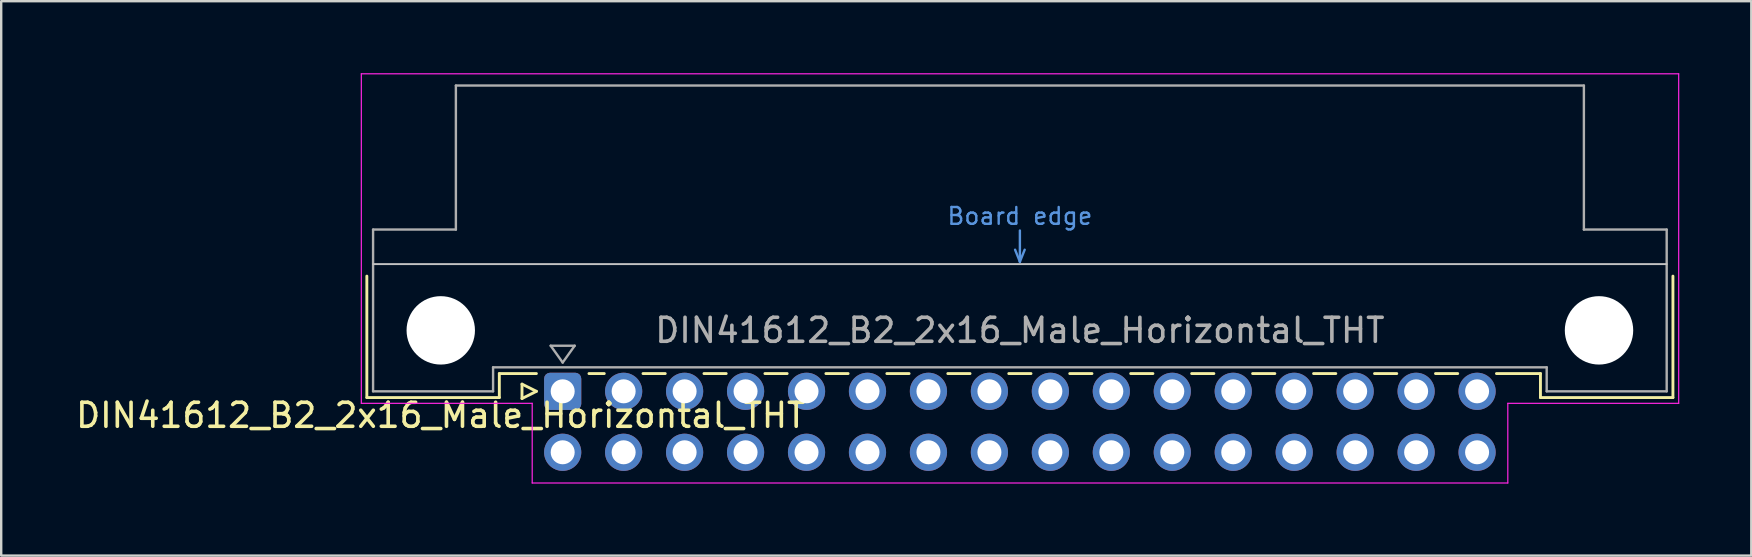
<source format=kicad_pcb>
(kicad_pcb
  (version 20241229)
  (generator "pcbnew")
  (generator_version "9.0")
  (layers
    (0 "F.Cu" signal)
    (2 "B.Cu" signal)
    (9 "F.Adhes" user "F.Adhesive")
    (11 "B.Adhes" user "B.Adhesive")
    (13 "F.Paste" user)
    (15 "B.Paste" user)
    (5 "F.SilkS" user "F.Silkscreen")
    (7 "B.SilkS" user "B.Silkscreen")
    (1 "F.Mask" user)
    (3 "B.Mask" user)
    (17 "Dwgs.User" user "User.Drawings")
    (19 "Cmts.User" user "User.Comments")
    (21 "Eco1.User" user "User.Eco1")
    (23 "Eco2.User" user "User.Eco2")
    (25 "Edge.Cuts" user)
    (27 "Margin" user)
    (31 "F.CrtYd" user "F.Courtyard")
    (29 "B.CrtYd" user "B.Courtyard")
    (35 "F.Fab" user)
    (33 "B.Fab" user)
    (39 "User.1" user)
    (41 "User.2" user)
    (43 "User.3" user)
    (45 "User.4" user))
  (footprint "DIN41612_B2_2x16_Male_Horizontal_THT"
    (layer "F.Cu")
    (at 20.395 13.255)
    (property "Reference" "DIN41612_B2_2x16_Male_Horizontal_THT" (at -5.08 1 0) (layer "F.SilkS") (effects (font (size 1 1) (thickness 0.15))))
    (attr through_hole)
    (fp_line (start -8.16 -4.8) (end -8.16 0.26) (stroke (width 0.12) (type solid)) (layer "F.SilkS"))
    (fp_line (start -8.16 0.26) (end -2.64 0.26) (stroke (width 0.12) (type solid)) (layer "F.SilkS"))
    (fp_line (start -2.64 -0.74) (end -1.095 -0.74) (stroke (width 0.12) (type solid)) (layer "F.SilkS"))
    (fp_line (start -2.64 0.26) (end -2.64 -0.74) (stroke (width 0.12) (type solid)) (layer "F.SilkS"))
    (fp_line (start -1.695 -0.3) (end -1.695 0.3) (stroke (width 0.12) (type solid)) (layer "F.SilkS"))
    (fp_line (start -1.695 0.3) (end -1.095 0) (stroke (width 0.12) (type solid)) (layer "F.SilkS"))
    (fp_line (start -1.095 0) (end -1.695 -0.3) (stroke (width 0.12) (type solid)) (layer "F.SilkS"))
    (fp_line (start 1.095 -0.74) (end 1.733 -0.74) (stroke (width 0.12) (type solid)) (layer "F.SilkS"))
    (fp_line (start 3.347 -0.74) (end 4.273 -0.74) (stroke (width 0.12) (type solid)) (layer "F.SilkS"))
    (fp_line (start 5.887 -0.74) (end 6.813 -0.74) (stroke (width 0.12) (type solid)) (layer "F.SilkS"))
    (fp_line (start 8.427 -0.74) (end 9.353 -0.74) (stroke (width 0.12) (type solid)) (layer "F.SilkS"))
    (fp_line (start 10.967 -0.74) (end 11.893 -0.74) (stroke (width 0.12) (type solid)) (layer "F.SilkS"))
    (fp_line (start 13.507 -0.74) (end 14.433 -0.74) (stroke (width 0.12) (type solid)) (layer "F.SilkS"))
    (fp_line (start 16.047 -0.74) (end 16.973 -0.74) (stroke (width 0.12) (type solid)) (layer "F.SilkS"))
    (fp_line (start 18.587 -0.74) (end 19.513 -0.74) (stroke (width 0.12) (type solid)) (layer "F.SilkS"))
    (fp_line (start 21.127 -0.74) (end 22.053 -0.74) (stroke (width 0.12) (type solid)) (layer "F.SilkS"))
    (fp_line (start 23.667 -0.74) (end 24.593 -0.74) (stroke (width 0.12) (type solid)) (layer "F.SilkS"))
    (fp_line (start 26.207 -0.74) (end 27.133 -0.74) (stroke (width 0.12) (type solid)) (layer "F.SilkS"))
    (fp_line (start 28.747 -0.74) (end 29.673 -0.74) (stroke (width 0.12) (type solid)) (layer "F.SilkS"))
    (fp_line (start 31.287 -0.74) (end 32.213 -0.74) (stroke (width 0.12) (type solid)) (layer "F.SilkS"))
    (fp_line (start 33.827 -0.74) (end 34.753 -0.74) (stroke (width 0.12) (type solid)) (layer "F.SilkS"))
    (fp_line (start 36.367 -0.74) (end 37.293 -0.74) (stroke (width 0.12) (type solid)) (layer "F.SilkS"))
    (fp_line (start 38.907 -0.74) (end 40.74 -0.74) (stroke (width 0.12) (type solid)) (layer "F.SilkS"))
    (fp_line (start 40.74 0.26) (end 40.74 -0.74) (stroke (width 0.12) (type solid)) (layer "F.SilkS"))
    (fp_line (start 46.26 -4.8) (end 46.26 0.26) (stroke (width 0.12) (type solid)) (layer "F.SilkS"))
    (fp_line (start 46.26 0.26) (end 40.74 0.26) (stroke (width 0.12) (type solid)) (layer "F.SilkS"))
    (fp_line (start -7.9 -5.3) (end 46 -5.3) (stroke (width 0.08) (type solid)) (layer "Dwgs.User"))
    (fp_line (start 18.85 -5.9) (end 19.05 -5.4) (stroke (width 0.1) (type solid)) (layer "Cmts.User"))
    (fp_line (start 19.05 -5.4) (end 19.05 -6.7) (stroke (width 0.1) (type solid)) (layer "Cmts.User"))
    (fp_line (start 19.05 -5.4) (end 19.25 -5.9) (stroke (width 0.1) (type solid)) (layer "Cmts.User"))
    (fp_line (start -8.39 -13.23) (end -8.39 0.5) (stroke (width 0.05) (type solid)) (layer "F.CrtYd"))
    (fp_line (start -8.39 0.5) (end -1.27 0.5) (stroke (width 0.05) (type solid)) (layer "F.CrtYd"))
    (fp_line (start -1.27 0.5) (end -1.27 3.82) (stroke (width 0.05) (type solid)) (layer "F.CrtYd"))
    (fp_line (start -1.27 3.82) (end 39.38 3.82) (stroke (width 0.05) (type solid)) (layer "F.CrtYd"))
    (fp_line (start 39.38 0.5) (end 46.5 0.5) (stroke (width 0.05) (type solid)) (layer "F.CrtYd"))
    (fp_line (start 39.38 3.82) (end 39.38 0.5) (stroke (width 0.05) (type solid)) (layer "F.CrtYd"))
    (fp_line (start 46.5 -13.23) (end -8.39 -13.23) (stroke (width 0.05) (type solid)) (layer "F.CrtYd"))
    (fp_line (start 46.5 0.5) (end 46.5 -13.23) (stroke (width 0.05) (type solid)) (layer "F.CrtYd"))
    (fp_line (start -7.9 -6.74) (end -7.9 0) (stroke (width 0.1) (type solid)) (layer "F.Fab"))
    (fp_line (start -7.9 0) (end -2.9 0) (stroke (width 0.1) (type solid)) (layer "F.Fab"))
    (fp_line (start -4.45 -12.74) (end -4.45 -6.74) (stroke (width 0.1) (type solid)) (layer "F.Fab"))
    (fp_line (start -4.45 -6.74) (end -7.9 -6.74) (stroke (width 0.1) (type solid)) (layer "F.Fab"))
    (fp_line (start -2.9 -1) (end 41 -1) (stroke (width 0.1) (type solid)) (layer "F.Fab"))
    (fp_line (start -2.9 0) (end -2.9 -1) (stroke (width 0.1) (type solid)) (layer "F.Fab"))
    (fp_line (start -0.5 -1.9) (end 0.5 -1.9) (stroke (width 0.1) (type solid)) (layer "F.Fab"))
    (fp_line (start 0 -1.2) (end -0.5 -1.9) (stroke (width 0.1) (type solid)) (layer "F.Fab"))
    (fp_line (start 0.5 -1.9) (end 0 -1.2) (stroke (width 0.1) (type solid)) (layer "F.Fab"))
    (fp_line (start 41 -1) (end 41 0) (stroke (width 0.1) (type solid)) (layer "F.Fab"))
    (fp_line (start 41 0) (end 46 0) (stroke (width 0.1) (type solid)) (layer "F.Fab"))
    (fp_line (start 42.55 -12.74) (end -4.45 -12.74) (stroke (width 0.1) (type solid)) (layer "F.Fab"))
    (fp_line (start 42.55 -6.74) (end 42.55 -12.74) (stroke (width 0.1) (type solid)) (layer "F.Fab"))
    (fp_line (start 46 -6.74) (end 42.55 -6.74) (stroke (width 0.1) (type solid)) (layer "F.Fab"))
    (fp_line (start 46 0) (end 46 -6.74) (stroke (width 0.1) (type solid)) (layer "F.Fab"))
    (fp_text user "Board edge" (at 19.05 -7.3 0) (layer "Cmts.User") (effects (font (size 0.7 0.7) (thickness 0.1))))
    (fp_text user "${REFERENCE}" (at 19.05 -2.54 0) (layer "F.Fab") (effects (font (size 1 1) (thickness 0.15))))
    (pad "" np_thru_hole circle (at -5.08 -2.54) (size 2.85 2.85) (drill 2.85) (layers "*.Cu" "*.Mask"))
    (pad "" np_thru_hole circle (at 43.18 -2.54) (size 2.85 2.85) (drill 2.85) (layers "*.Cu" "*.Mask"))
    (pad "a1" thru_hole roundrect (at 0 0) (size 1.55 1.55) (drill 1) (layers "*.Cu" "*.Mask") (roundrect_rratio 0.161))
    (pad "a2" thru_hole circle (at 2.54 0) (size 1.55 1.55) (drill 1) (layers "*.Cu" "*.Mask"))
    (pad "a3" thru_hole circle (at 5.08 0) (size 1.55 1.55) (drill 1) (layers "*.Cu" "*.Mask"))
    (pad "a4" thru_hole circle (at 7.62 0) (size 1.55 1.55) (drill 1) (layers "*.Cu" "*.Mask"))
    (pad "a5" thru_hole circle (at 10.16 0) (size 1.55 1.55) (drill 1) (layers "*.Cu" "*.Mask"))
    (pad "a6" thru_hole circle (at 12.7 0) (size 1.55 1.55) (drill 1) (layers "*.Cu" "*.Mask"))
    (pad "a7" thru_hole circle (at 15.24 0) (size 1.55 1.55) (drill 1) (layers "*.Cu" "*.Mask"))
    (pad "a8" thru_hole circle (at 17.78 0) (size 1.55 1.55) (drill 1) (layers "*.Cu" "*.Mask"))
    (pad "a9" thru_hole circle (at 20.32 0) (size 1.55 1.55) (drill 1) (layers "*.Cu" "*.Mask"))
    (pad "a10" thru_hole circle (at 22.86 0) (size 1.55 1.55) (drill 1) (layers "*.Cu" "*.Mask"))
    (pad "a11" thru_hole circle (at 25.4 0) (size 1.55 1.55) (drill 1) (layers "*.Cu" "*.Mask"))
    (pad "a12" thru_hole circle (at 27.94 0) (size 1.55 1.55) (drill 1) (layers "*.Cu" "*.Mask"))
    (pad "a13" thru_hole circle (at 30.48 0) (size 1.55 1.55) (drill 1) (layers "*.Cu" "*.Mask"))
    (pad "a14" thru_hole circle (at 33.02 0) (size 1.55 1.55) (drill 1) (layers "*.Cu" "*.Mask"))
    (pad "a15" thru_hole circle (at 35.56 0) (size 1.55 1.55) (drill 1) (layers "*.Cu" "*.Mask"))
    (pad "a16" thru_hole circle (at 38.1 0) (size 1.55 1.55) (drill 1) (layers "*.Cu" "*.Mask"))
    (pad "b1" thru_hole circle (at 0 2.54) (size 1.55 1.55) (drill 1) (layers "*.Cu" "*.Mask"))
    (pad "b2" thru_hole circle (at 2.54 2.54) (size 1.55 1.55) (drill 1) (layers "*.Cu" "*.Mask"))
    (pad "b3" thru_hole circle (at 5.08 2.54) (size 1.55 1.55) (drill 1) (layers "*.Cu" "*.Mask"))
    (pad "b4" thru_hole circle (at 7.62 2.54) (size 1.55 1.55) (drill 1) (layers "*.Cu" "*.Mask"))
    (pad "b5" thru_hole circle (at 10.16 2.54) (size 1.55 1.55) (drill 1) (layers "*.Cu" "*.Mask"))
    (pad "b6" thru_hole circle (at 12.7 2.54) (size 1.55 1.55) (drill 1) (layers "*.Cu" "*.Mask"))
    (pad "b7" thru_hole circle (at 15.24 2.54) (size 1.55 1.55) (drill 1) (layers "*.Cu" "*.Mask"))
    (pad "b8" thru_hole circle (at 17.78 2.54) (size 1.55 1.55) (drill 1) (layers "*.Cu" "*.Mask"))
    (pad "b9" thru_hole circle (at 20.32 2.54) (size 1.55 1.55) (drill 1) (layers "*.Cu" "*.Mask"))
    (pad "b10" thru_hole circle (at 22.86 2.54) (size 1.55 1.55) (drill 1) (layers "*.Cu" "*.Mask"))
    (pad "b11" thru_hole circle (at 25.4 2.54) (size 1.55 1.55) (drill 1) (layers "*.Cu" "*.Mask"))
    (pad "b12" thru_hole circle (at 27.94 2.54) (size 1.55 1.55) (drill 1) (layers "*.Cu" "*.Mask"))
    (pad "b13" thru_hole circle (at 30.48 2.54) (size 1.55 1.55) (drill 1) (layers "*.Cu" "*.Mask"))
    (pad "b14" thru_hole circle (at 33.02 2.54) (size 1.55 1.55) (drill 1) (layers "*.Cu" "*.Mask"))
    (pad "b15" thru_hole circle (at 35.56 2.54) (size 1.55 1.55) (drill 1) (layers "*.Cu" "*.Mask"))
    (pad "b16" thru_hole circle (at 38.1 2.54) (size 1.55 1.55) (drill 1) (layers "*.Cu" "*.Mask")))
  (gr_rect
    (start -3 -3)
    (end 69.92 20.1)
    (stroke (width 0.1) (type default))
    (fill no)
    (layer "Edge.Cuts")))
</source>
